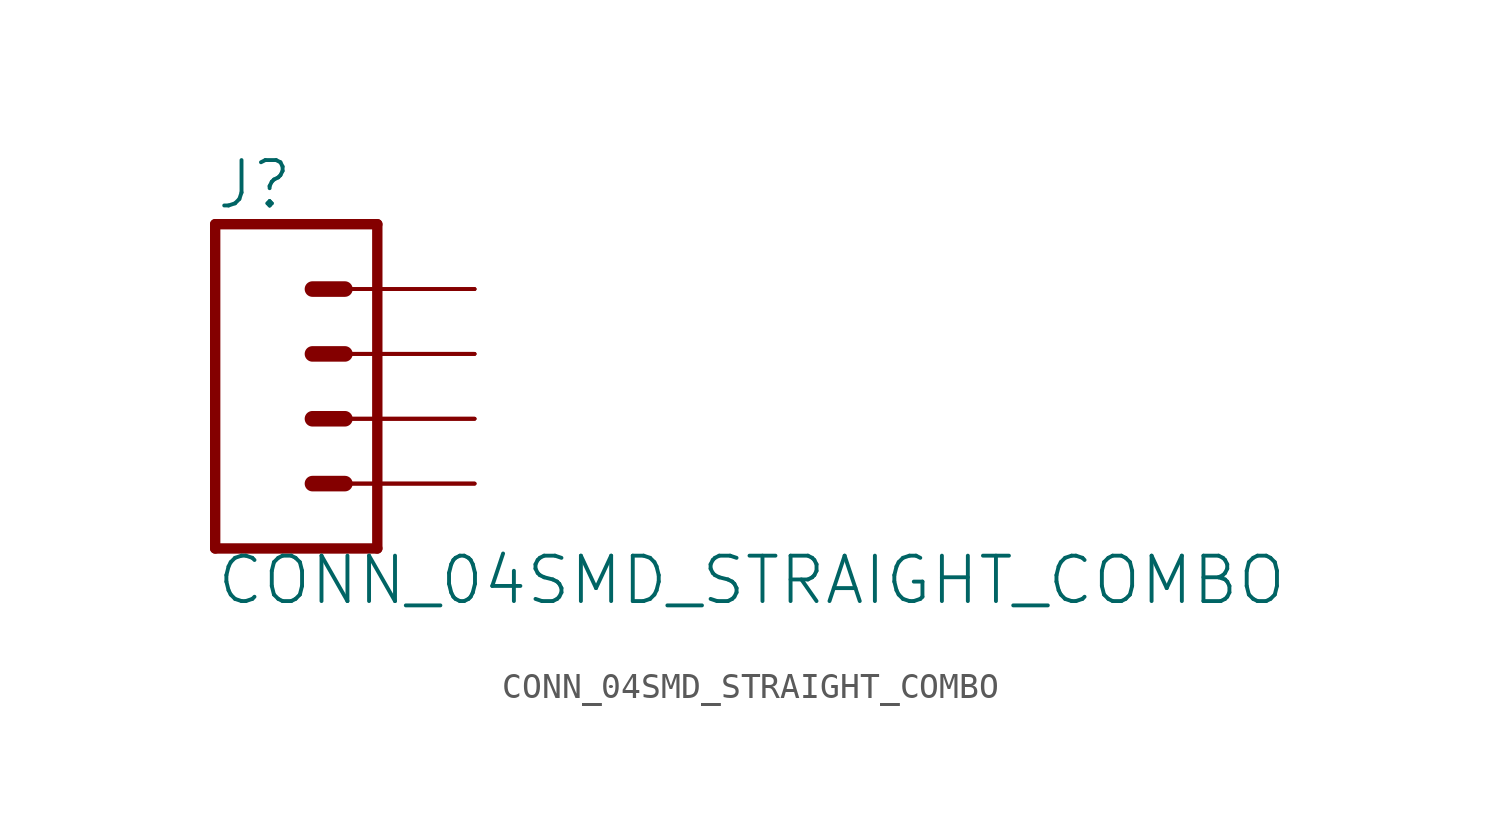
<source format=kicad_sym>
(kicad_symbol_lib
  (version 20211014)
  (generator kicad_symbol_editor)
  (symbol "CONN_04SMD_STRAIGHT_COMBO"
    (property "Reference" "J"
      (at -5.08 8.128 0)
      (effects (font (size 1.778 1.778)) (justify left bottom)))
    (property "Value" "CONN_04SMD_STRAIGHT_COMBO"
      (at -5.08 -7.366 0)
      (effects (font (size 1.778 1.778)) (justify left bottom)))
    (property "ki_locked" ""
      (at 0 0 0)
      (effects (font (size 1.27 1.27))))
    (symbol "CONN_04SMD_STRAIGHT_COMBO_1_0"
      (polyline (pts (xy -5.08 7.62) (xy -5.08 -5.08)) (stroke (width 0.406) (type default) (color 0 0 0 0)) (fill (type none)))
      (polyline (pts (xy -5.08 7.62) (xy 1.27 7.62)) (stroke (width 0.406) (type default) (color 0 0 0 0)) (fill (type none)))
      (polyline (pts (xy -1.27 -2.54) (xy 0 -2.54)) (stroke (width 0.61) (type default) (color 0 0 0 0)) (fill (type none)))
      (polyline (pts (xy -1.27 0) (xy 0 0)) (stroke (width 0.61) (type default) (color 0 0 0 0)) (fill (type none)))
      (polyline (pts (xy -1.27 2.54) (xy 0 2.54)) (stroke (width 0.61) (type default) (color 0 0 0 0)) (fill (type none)))
      (polyline (pts (xy -1.27 5.08) (xy 0 5.08)) (stroke (width 0.61) (type default) (color 0 0 0 0)) (fill (type none)))
      (polyline (pts (xy 1.27 -5.08) (xy -5.08 -5.08)) (stroke (width 0.406) (type default) (color 0 0 0 0)) (fill (type none)))
      (polyline (pts (xy 1.27 -5.08) (xy 1.27 7.62)) (stroke (width 0.406) (type default) (color 0 0 0 0)) (fill (type none)))
      (pin passive line (at 5.08 -2.54 180) (length 5.08) (name "1" (effects (font (size 0 0)))) (number "1" (effects (font (size 0 0)))))
      (pin passive line (at 5.08 -2.54 180) (length 5.08) (name "1" (effects (font (size 0 0)))) (number "1-2" (effects (font (size 0 0)))))
      (pin passive line (at 5.08 0 180) (length 5.08) (name "2" (effects (font (size 0 0)))) (number "2" (effects (font (size 0 0)))))
      (pin passive line (at 5.08 0 180) (length 5.08) (name "2" (effects (font (size 0 0)))) (number "2-2" (effects (font (size 0 0)))))
      (pin passive line (at 5.08 2.54 180) (length 5.08) (name "3" (effects (font (size 0 0)))) (number "3" (effects (font (size 0 0)))))
      (pin passive line (at 5.08 2.54 180) (length 5.08) (name "3" (effects (font (size 0 0)))) (number "3-2" (effects (font (size 0 0)))))
      (pin passive line (at 5.08 5.08 180) (length 5.08) (name "4" (effects (font (size 0 0)))) (number "4" (effects (font (size 0 0)))))
      (pin passive line (at 5.08 5.08 180) (length 5.08) (name "4" (effects (font (size 0 0)))) (number "4-2" (effects (font (size 0 0))))))))
</source>
